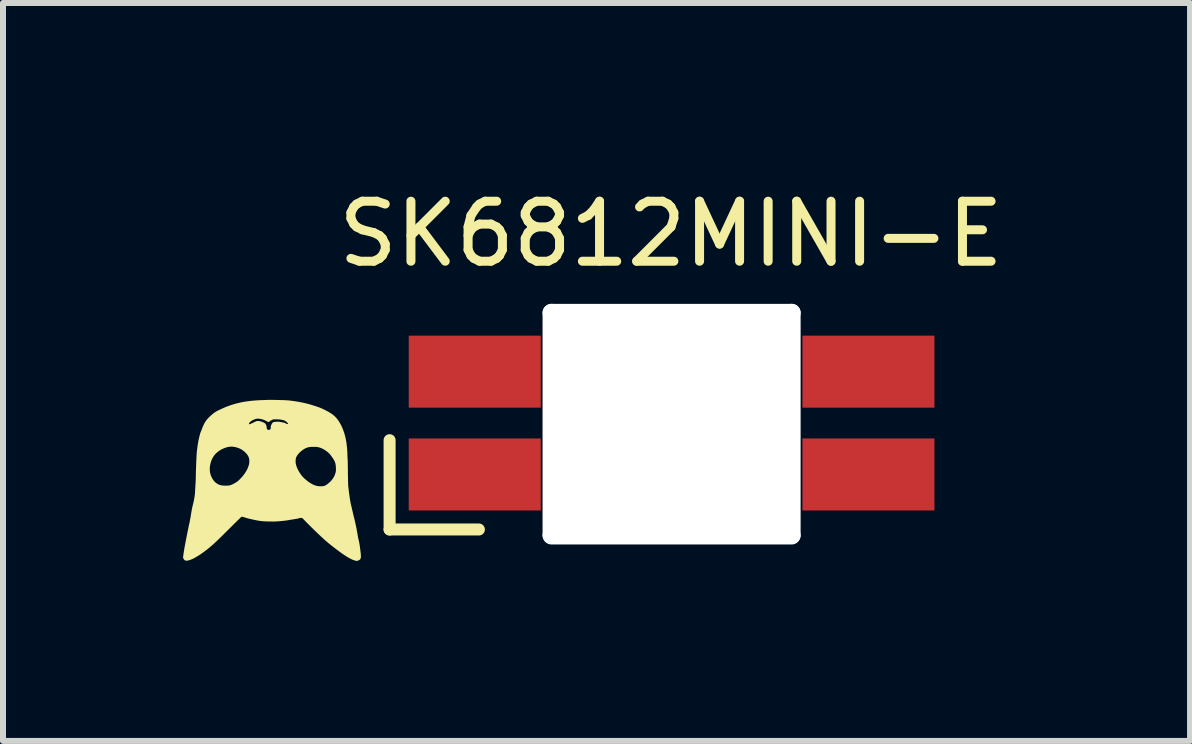
<source format=kicad_pcb>
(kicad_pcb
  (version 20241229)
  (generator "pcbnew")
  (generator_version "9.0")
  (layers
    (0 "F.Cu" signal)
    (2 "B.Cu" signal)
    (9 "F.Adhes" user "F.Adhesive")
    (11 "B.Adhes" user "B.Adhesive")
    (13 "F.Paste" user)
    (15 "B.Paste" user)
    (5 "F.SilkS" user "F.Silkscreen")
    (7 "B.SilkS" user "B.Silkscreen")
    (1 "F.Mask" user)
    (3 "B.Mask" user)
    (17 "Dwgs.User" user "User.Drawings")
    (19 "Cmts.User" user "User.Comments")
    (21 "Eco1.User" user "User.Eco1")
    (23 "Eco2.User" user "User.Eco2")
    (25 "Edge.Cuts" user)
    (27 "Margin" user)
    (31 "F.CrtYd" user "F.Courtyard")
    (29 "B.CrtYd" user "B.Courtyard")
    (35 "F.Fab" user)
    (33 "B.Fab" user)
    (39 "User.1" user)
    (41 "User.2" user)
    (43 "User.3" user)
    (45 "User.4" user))
  (footprint "SK6812MINI-E"
    (layer "F.Cu")
    (at 8.141 4.013)
    (property "Reference" "SK6812MINI-E" (at -0.01 -3.165 0) (layer "F.SilkS") (effects (font (size 1 1) (thickness 0.15))))
    (attr smd)
    (fp_line (start -4.699 0.272) (end -4.699 1.76) (stroke (width 0.2) (type solid)) (layer "F.SilkS"))
    (fp_line (start -4.699 1.76) (end -3.211 1.76) (stroke (width 0.2) (type solid)) (layer "F.SilkS"))
    (fp_poly (pts (xy -5.246 2.283) (xy -5.248 2.283) (xy -5.25 2.283) (xy -5.253 2.282) (xy -5.255 2.282) (xy -5.264 2.281) (xy -5.273 2.279) (xy -5.283 2.276) (xy -5.293 2.272) (xy -5.304 2.268) (xy -5.316 2.264) (xy -5.327 2.259) (xy -5.34 2.253) (xy -5.353 2.246) (xy -5.366 2.239) (xy -5.38 2.232) (xy -5.394 2.223) (xy -5.409 2.215) (xy -5.424 2.205) (xy -5.439 2.195) (xy -5.455 2.185) (xy -5.49 2.161) (xy -5.529 2.133) (xy -5.571 2.102) (xy -5.614 2.069) (xy -5.657 2.036) (xy -5.698 2.003) (xy -5.736 1.972) (xy -5.768 1.944) (xy -5.803 1.913) (xy -5.848 1.871) (xy -5.953 1.771) (xy -6.056 1.669) (xy -6.099 1.626) (xy -6.131 1.592) (xy -6.136 1.587) (xy -6.141 1.582) (xy -6.143 1.58) (xy -6.145 1.578) (xy -6.147 1.577) (xy -6.149 1.575) (xy -6.151 1.573) (xy -6.153 1.572) (xy -6.155 1.571) (xy -6.158 1.57) (xy -6.16 1.569) (xy -6.162 1.568) (xy -6.164 1.567) (xy -6.166 1.567) (xy -6.168 1.566) (xy -6.171 1.566) (xy -6.173 1.566) (xy -6.175 1.566) (xy -6.178 1.566) (xy -6.181 1.566) (xy -6.183 1.567) (xy -6.186 1.567) (xy -6.189 1.568) (xy -6.193 1.568) (xy -6.2 1.57) (xy -6.207 1.572) (xy -6.216 1.575) (xy -6.221 1.576) (xy -6.229 1.578) (xy -6.238 1.58) (xy -6.248 1.582) (xy -6.26 1.584) (xy -6.272 1.586) (xy -6.285 1.588) (xy -6.297 1.59) (xy -6.348 1.598) (xy -6.385 1.605) (xy -6.4 1.607) (xy -6.417 1.61) (xy -6.438 1.612) (xy -6.46 1.615) (xy -6.509 1.62) (xy -6.56 1.624) (xy -6.586 1.626) (xy -6.621 1.627) (xy -6.66 1.627) (xy -6.702 1.626) (xy -6.744 1.626) (xy -6.782 1.624) (xy -6.815 1.622) (xy -6.838 1.62) (xy -6.865 1.616) (xy -6.898 1.611) (xy -6.933 1.604) (xy -6.97 1.596) (xy -7.007 1.588) (xy -7.041 1.58) (xy -7.072 1.572) (xy -7.096 1.565) (xy -7.115 1.559) (xy -7.129 1.554) (xy -7.141 1.551) (xy -7.149 1.549) (xy -7.152 1.548) (xy -7.155 1.548) (xy -7.158 1.548) (xy -7.16 1.548) (xy -7.162 1.548) (xy -7.164 1.548) (xy -7.168 1.55) (xy -7.17 1.551) (xy -7.173 1.554) (xy -7.186 1.565) (xy -7.204 1.583) (xy -7.228 1.606) (xy -7.288 1.665) (xy -7.359 1.736) (xy -7.44 1.816) (xy -7.508 1.884) (xy -7.566 1.94) (xy -7.616 1.987) (xy -7.661 2.027) (xy -7.702 2.062) (xy -7.741 2.094) (xy -7.782 2.125) (xy -7.806 2.142) (xy -7.829 2.159) (xy -7.852 2.175) (xy -7.875 2.19) (xy -7.897 2.203) (xy -7.918 2.216) (xy -7.939 2.228) (xy -7.958 2.239) (xy -7.977 2.248) (xy -7.996 2.256) (xy -8.013 2.264) (xy -8.029 2.269) (xy -8.044 2.274) (xy -8.058 2.277) (xy -8.07 2.279) (xy -8.082 2.28) (xy -8.086 2.28) (xy -8.09 2.28) (xy -8.094 2.279) (xy -8.098 2.278) (xy -8.102 2.277) (xy -8.105 2.276) (xy -8.109 2.274) (xy -8.112 2.272) (xy -8.115 2.27) (xy -8.118 2.268) (xy -8.121 2.265) (xy -8.123 2.262) (xy -8.126 2.259) (xy -8.128 2.255) (xy -8.131 2.251) (xy -8.133 2.247) (xy -8.141 2.23) (xy -8.134 2.173) (xy -8.13 2.147) (xy -8.126 2.118) (xy -8.121 2.089) (xy -8.117 2.065) (xy -8.101 1.978) (xy -8.077 1.857) (xy -8.054 1.742) (xy -8.04 1.675) (xy -8.036 1.66) (xy -8.032 1.641) (xy -8.023 1.592) (xy -8.013 1.54) (xy -8.006 1.493) (xy -7.999 1.453) (xy -7.993 1.421) (xy -7.991 1.407) (xy -7.988 1.395) (xy -7.985 1.383) (xy -7.983 1.372) (xy -7.975 1.342) (xy -7.968 1.312) (xy -7.961 1.282) (xy -7.956 1.253) (xy -7.951 1.225) (xy -7.947 1.199) (xy -7.944 1.175) (xy -7.942 1.155) (xy -7.936 1.049) (xy -7.931 0.971) (xy -7.929 0.916) (xy -7.928 0.876) (xy -7.928 0.85) (xy -7.927 0.817) (xy -7.926 0.782) (xy -7.925 0.747) (xy -7.918 0.574) (xy -7.916 0.538) (xy -7.914 0.503) (xy -7.912 0.47) (xy -7.908 0.438) (xy -7.904 0.406) (xy -7.9 0.373) (xy -7.894 0.337) (xy -7.888 0.299) (xy -7.883 0.275) (xy -7.878 0.25) (xy -7.872 0.226) (xy -7.866 0.202) (xy -7.861 0.18) (xy -7.856 0.162) (xy -7.851 0.148) (xy -7.849 0.143) (xy -7.847 0.139) (xy -7.846 0.137) (xy -7.845 0.134) (xy -7.843 0.13) (xy -7.841 0.125) (xy -7.837 0.113) (xy -7.832 0.099) (xy -7.824 0.079) (xy -7.817 0.061) (xy -7.81 0.043) (xy -7.802 0.027) (xy -7.795 0.011) (xy -7.788 -0.004) (xy -7.78 -0.018) (xy -7.772 -0.031) (xy -7.764 -0.043) (xy -7.755 -0.056) (xy -7.746 -0.068) (xy -7.737 -0.079) (xy -7.726 -0.091) (xy -7.716 -0.102) (xy -7.704 -0.114) (xy -7.692 -0.125) (xy -7.671 -0.144) (xy -7.661 -0.153) (xy -7.652 -0.161) (xy -7.644 -0.168) (xy -7.635 -0.174) (xy -7.627 -0.181) (xy -7.619 -0.186) (xy -7.611 -0.192) (xy -7.602 -0.197) (xy -7.594 -0.203) (xy -7.585 -0.208) (xy -7.575 -0.213) (xy -7.565 -0.219) (xy -7.542 -0.23) (xy -7.499 -0.25) (xy -7.457 -0.269) (xy -7.415 -0.287) (xy -7.373 -0.302) (xy -7.33 -0.317) (xy -7.288 -0.33) (xy -7.244 -0.342) (xy -7.2 -0.352) (xy -7.155 -0.362) (xy -7.108 -0.37) (xy -7.06 -0.377) (xy -7.011 -0.383) (xy -6.959 -0.388) (xy -6.906 -0.392) (xy -6.85 -0.395) (xy -6.792 -0.397) (xy -6.705 -0.4) (xy -6.675 -0.4) (xy -6.66 -0.4) (xy -6.617 -0.399) (xy -6.533 -0.397) (xy -6.489 -0.396) (xy -6.451 -0.395) (xy -6.418 -0.393) (xy -6.388 -0.391) (xy -6.358 -0.388) (xy -6.328 -0.384) (xy -6.296 -0.38) (xy -6.258 -0.374) (xy -6.209 -0.366) (xy -6.162 -0.357) (xy -6.117 -0.347) (xy -6.073 -0.337) (xy -6.029 -0.325) (xy -5.983 -0.311) (xy -5.936 -0.296) (xy -5.886 -0.279) (xy -5.861 -0.27) (xy -5.833 -0.258) (xy -5.804 -0.245) (xy -5.774 -0.23) (xy -5.745 -0.215) (xy -5.716 -0.199) (xy -5.689 -0.183) (xy -5.664 -0.167) (xy -5.645 -0.153) (xy -5.626 -0.138) (xy -5.608 -0.121) (xy -5.591 -0.103) (xy -5.574 -0.083) (xy -5.558 -0.062) (xy -5.542 -0.039) (xy -5.528 -0.015) (xy -5.521 -0.002) (xy -6.392 -0.002) (xy -6.392 -0.004) (xy -6.393 -0.006) (xy -6.394 -0.008) (xy -6.395 -0.01) (xy -6.396 -0.012) (xy -6.398 -0.014) (xy -6.4 -0.017) (xy -6.402 -0.019) (xy -6.404 -0.021) (xy -6.409 -0.026) (xy -6.415 -0.031) (xy -6.42 -0.036) (xy -6.426 -0.041) (xy -6.432 -0.045) (xy -6.436 -0.047) (xy -6.438 -0.049) (xy -6.441 -0.051) (xy -6.444 -0.052) (xy -6.452 -0.056) (xy -6.46 -0.059) (xy -6.469 -0.062) (xy -6.479 -0.064) (xy -6.489 -0.066) (xy -6.499 -0.068) (xy -6.51 -0.07) (xy -6.521 -0.072) (xy -6.543 -0.074) (xy -6.564 -0.075) (xy -6.583 -0.076) (xy -6.6 -0.076) (xy -6.611 -0.076) (xy -6.62 -0.076) (xy -6.624 -0.076) (xy -6.627 -0.076) (xy -6.63 -0.075) (xy -6.633 -0.075) (xy -6.636 -0.074) (xy -6.639 -0.073) (xy -6.642 -0.073) (xy -6.645 -0.072) (xy -6.648 -0.07) (xy -6.651 -0.069) (xy -6.658 -0.066) (xy -6.662 -0.064) (xy -6.667 -0.061) (xy -6.673 -0.058) (xy -6.678 -0.055) (xy -6.683 -0.052) (xy -6.688 -0.049) (xy -6.692 -0.046) (xy -6.696 -0.043) (xy -6.698 -0.042) (xy -6.699 -0.04) (xy -6.701 -0.039) (xy -6.703 -0.038) (xy -6.705 -0.037) (xy -6.706 -0.036) (xy -6.708 -0.035) (xy -6.71 -0.034) (xy -6.711 -0.033) (xy -6.713 -0.033) (xy -6.714 -0.032) (xy -6.716 -0.032) (xy -6.717 -0.031) (xy -6.718 -0.031) (xy -6.719 -0.031) (xy -6.72 -0.031) (xy -6.721 -0.031) (xy -6.722 -0.031) (xy -6.723 -0.031) (xy -6.725 -0.032) (xy -6.727 -0.032) (xy -6.728 -0.033) (xy -6.73 -0.034) (xy -6.732 -0.035) (xy -6.734 -0.036) (xy -6.737 -0.037) (xy -6.739 -0.038) (xy -6.741 -0.04) (xy -6.743 -0.041) (xy -6.746 -0.042) (xy -6.748 -0.044) (xy -6.75 -0.045) (xy -6.757 -0.049) (xy -6.764 -0.053) (xy -6.772 -0.057) (xy -6.78 -0.061) (xy -6.789 -0.064) (xy -6.798 -0.068) (xy -6.807 -0.071) (xy -6.817 -0.074) (xy -6.826 -0.077) (xy -6.836 -0.079) (xy -6.845 -0.081) (xy -6.854 -0.083) (xy -6.863 -0.084) (xy -6.872 -0.086) (xy -6.88 -0.086) (xy -6.888 -0.087) (xy -6.897 -0.087) (xy -6.901 -0.087) (xy -6.905 -0.086) (xy -6.909 -0.086) (xy -6.912 -0.086) (xy -6.915 -0.085) (xy -6.918 -0.085) (xy -6.921 -0.084) (xy -6.925 -0.084) (xy -6.928 -0.083) (xy -6.931 -0.082) (xy -6.935 -0.081) (xy -6.938 -0.079) (xy -6.947 -0.076) (xy -6.958 -0.071) (xy -6.968 -0.067) (xy -6.977 -0.063) (xy -6.985 -0.059) (xy -6.993 -0.055) (xy -6.999 -0.051) (xy -7.005 -0.047) (xy -7.01 -0.043) (xy -7.015 -0.039) (xy -7.019 -0.035) (xy -7.023 -0.032) (xy -7.027 -0.028) (xy -7.03 -0.024) (xy -7.033 -0.021) (xy -7.039 -0.013) (xy -7.04 -0.012) (xy -7.04 -0.012) (xy -7.04 -0.011) (xy -7.041 -0.01) (xy -7.041 -0.009) (xy -7.042 -0.007) (xy -7.042 -0.006) (xy -7.042 -0.004) (xy -7.042 -0.002) (xy -7.042 -0.000284) (xy -7.042 0.001) (xy -7.041 0.003) (xy -7.041 0.004) (xy -7.04 0.005) (xy -7.04 0.006) (xy -7.04 0.006) (xy -7.039 0.007) (xy -7.039 0.007) (xy -7.038 0.007) (xy -7.038 0.008) (xy -7.037 0.008) (xy -7.037 0.008) (xy -7.036 0.008) (xy -7.036 0.008) (xy -7.034 0.007) (xy -7.029 0.005) (xy -7.022 0.002) (xy -7.012 -0.001) (xy -7.002 -0.006) (xy -6.991 -0.011) (xy -6.979 -0.016) (xy -6.968 -0.022) (xy -6.952 -0.03) (xy -6.939 -0.036) (xy -6.928 -0.041) (xy -6.924 -0.043) (xy -6.92 -0.044) (xy -6.916 -0.045) (xy -6.913 -0.046) (xy -6.91 -0.047) (xy -6.907 -0.048) (xy -6.903 -0.048) (xy -6.9 -0.048) (xy -6.892 -0.048) (xy -6.885 -0.048) (xy -6.878 -0.047) (xy -6.87 -0.046) (xy -6.861 -0.044) (xy -6.852 -0.042) (xy -6.844 -0.04) (xy -6.835 -0.037) (xy -6.826 -0.034) (xy -6.817 -0.031) (xy -6.809 -0.027) (xy -6.801 -0.024) (xy -6.794 -0.02) (xy -6.787 -0.016) (xy -6.781 -0.013) (xy -6.776 -0.009) (xy -6.772 -0.005) (xy -6.77 -0.002) (xy -6.767 0.001) (xy -6.765 0.005) (xy -6.762 0.009) (xy -6.76 0.013) (xy -6.758 0.017) (xy -6.756 0.021) (xy -6.754 0.026) (xy -6.753 0.031) (xy -6.751 0.035) (xy -6.75 0.04) (xy -6.749 0.045) (xy -6.748 0.049) (xy -6.747 0.054) (xy -6.747 0.058) (xy -6.747 0.062) (xy -6.747 0.067) (xy -6.746 0.072) (xy -6.746 0.076) (xy -6.745 0.078) (xy -6.745 0.08) (xy -6.744 0.081) (xy -6.744 0.083) (xy -6.743 0.085) (xy -6.742 0.086) (xy -6.742 0.087) (xy -6.741 0.089) (xy -6.74 0.09) (xy -6.739 0.091) (xy -6.738 0.092) (xy -6.737 0.093) (xy -6.735 0.094) (xy -6.734 0.095) (xy -6.733 0.096) (xy -6.731 0.097) (xy -6.73 0.097) (xy -6.728 0.098) (xy -6.727 0.098) (xy -6.725 0.099) (xy -6.723 0.099) (xy -6.721 0.099) (xy -6.717 0.1) (xy -6.713 0.1) (xy -6.711 0.1) (xy -6.709 0.1) (xy -6.707 0.1) (xy -6.705 0.1) (xy -6.703 0.099) (xy -6.701 0.099) (xy -6.7 0.099) (xy -6.698 0.098) (xy -6.697 0.098) (xy -6.696 0.097) (xy -6.694 0.096) (xy -6.693 0.096) (xy -6.692 0.095) (xy -6.691 0.094) (xy -6.689 0.093) (xy -6.688 0.091) (xy -6.687 0.09) (xy -6.686 0.089) (xy -6.685 0.088) (xy -6.685 0.087) (xy -6.684 0.087) (xy -6.684 0.086) (xy -6.683 0.085) (xy -6.683 0.085) (xy -6.683 0.084) (xy -6.682 0.083) (xy -6.682 0.082) (xy -6.682 0.082) (xy -6.681 0.081) (xy -6.681 0.08) (xy -6.681 0.079) (xy -6.681 0.078) (xy -6.681 0.077) (xy -6.68 0.076) (xy -6.68 0.074) (xy -6.68 0.072) (xy -6.68 0.069) (xy -6.68 0.066) (xy -6.68 0.063) (xy -6.68 0.059) (xy -6.679 0.054) (xy -6.679 0.049) (xy -6.679 0.045) (xy -6.678 0.04) (xy -6.677 0.036) (xy -6.677 0.034) (xy -6.676 0.032) (xy -6.676 0.03) (xy -6.676 0.029) (xy -6.675 0.027) (xy -6.674 0.026) (xy -6.671 0.019) (xy -6.668 0.012) (xy -6.664 0.004) (xy -6.662 -0.000082) (xy -6.66 -0.004) (xy -6.657 -0.008) (xy -6.655 -0.011) (xy -6.652 -0.015) (xy -6.649 -0.018) (xy -6.648 -0.02) (xy -6.646 -0.021) (xy -6.645 -0.022) (xy -6.643 -0.024) (xy -6.641 -0.025) (xy -6.639 -0.026) (xy -6.637 -0.027) (xy -6.635 -0.028) (xy -6.632 -0.029) (xy -6.628 -0.03) (xy -6.623 -0.031) (xy -6.618 -0.032) (xy -6.607 -0.033) (xy -6.595 -0.035) (xy -6.584 -0.035) (xy -6.573 -0.036) (xy -6.563 -0.036) (xy -6.555 -0.036) (xy -6.553 -0.036) (xy -6.549 -0.036) (xy -6.54 -0.035) (xy -6.528 -0.033) (xy -6.515 -0.03) (xy -6.49 -0.026) (xy -6.473 -0.022) (xy -6.463 -0.02) (xy -6.455 -0.018) (xy -6.448 -0.016) (xy -6.442 -0.014) (xy -6.437 -0.012) (xy -6.433 -0.01) (xy -6.43 -0.008) (xy -6.428 -0.007) (xy -6.423 -0.004) (xy -6.421 -0.002) (xy -6.419 -0.001) (xy -6.417 -0.000053) (xy -6.414 0.001) (xy -6.411 0.002) (xy -6.406 0.003) (xy -6.403 0.003) (xy -6.4 0.003) (xy -6.398 0.003) (xy -6.396 0.003) (xy -6.395 0.003) (xy -6.394 0.002) (xy -6.394 0.002) (xy -6.393 0.002) (xy -6.393 0.001) (xy -6.392 0.000441) (xy -6.392 -0.000174) (xy -6.392 -0.001) (xy -6.392 -0.002) (xy -5.521 -0.002) (xy -5.513 0.011) (xy -5.5 0.038) (xy -5.487 0.066) (xy -5.475 0.095) (xy -5.464 0.126) (xy -5.453 0.158) (xy -5.444 0.191) (xy -5.435 0.225) (xy -5.429 0.253) (xy -5.423 0.286) (xy -5.417 0.323) (xy -5.413 0.362) (xy -5.408 0.401) (xy -5.405 0.44) (xy -5.403 0.475) (xy -5.402 0.506) (xy -5.402 0.513) (xy -5.402 0.521) (xy -5.401 0.539) (xy -5.4 0.559) (xy -5.399 0.577) (xy -5.398 0.589) (xy -5.397 0.608) (xy -5.396 0.662) (xy -5.395 0.731) (xy -5.394 0.765) (xy -5.593 0.765) (xy -5.593 0.759) (xy -5.593 0.747) (xy -5.594 0.732) (xy -5.595 0.719) (xy -5.595 0.707) (xy -5.596 0.695) (xy -5.598 0.685) (xy -5.599 0.675) (xy -5.601 0.665) (xy -5.604 0.655) (xy -5.606 0.646) (xy -5.61 0.637) (xy -5.613 0.628) (xy -5.617 0.619) (xy -5.622 0.61) (xy -5.627 0.6) (xy -5.633 0.59) (xy -5.64 0.58) (xy -5.647 0.569) (xy -5.662 0.548) (xy -5.668 0.538) (xy -5.675 0.53) (xy -5.681 0.521) (xy -5.687 0.514) (xy -5.693 0.507) (xy -5.699 0.5) (xy -5.706 0.493) (xy -5.712 0.487) (xy -5.719 0.481) (xy -5.725 0.475) (xy -5.733 0.469) (xy -5.74 0.463) (xy -5.757 0.451) (xy -5.767 0.444) (xy -5.777 0.437) (xy -5.786 0.431) (xy -5.796 0.426) (xy -5.805 0.42) (xy -5.814 0.416) (xy -5.823 0.411) (xy -5.832 0.407) (xy -5.841 0.403) (xy -5.85 0.4) (xy -5.859 0.397) (xy -5.868 0.394) (xy -5.877 0.391) (xy -5.887 0.389) (xy -5.896 0.387) (xy -5.905 0.386) (xy -5.911 0.385) (xy -5.919 0.384) (xy -5.935 0.383) (xy -5.953 0.383) (xy -5.973 0.383) (xy -5.992 0.383) (xy -6.01 0.384) (xy -6.027 0.386) (xy -6.034 0.387) (xy -6.04 0.387) (xy -6.047 0.389) (xy -6.054 0.39) (xy -6.06 0.392) (xy -6.067 0.394) (xy -6.073 0.396) (xy -6.08 0.398) (xy -6.086 0.4) (xy -6.092 0.403) (xy -6.098 0.405) (xy -6.104 0.408) (xy -6.11 0.411) (xy -6.116 0.415) (xy -6.122 0.419) (xy -6.129 0.422) (xy -6.135 0.427) (xy -6.141 0.431) (xy -6.152 0.439) (xy -6.163 0.447) (xy -6.173 0.455) (xy -6.182 0.463) (xy -6.191 0.471) (xy -6.2 0.479) (xy -6.208 0.488) (xy -6.215 0.496) (xy -6.222 0.504) (xy -6.229 0.513) (xy -6.235 0.521) (xy -6.241 0.529) (xy -6.245 0.538) (xy -6.25 0.546) (xy -6.254 0.554) (xy -6.257 0.562) (xy -6.258 0.566) (xy -6.259 0.569) (xy -6.26 0.572) (xy -6.261 0.575) (xy -6.261 0.578) (xy -6.262 0.582) (xy -6.263 0.585) (xy -6.263 0.588) (xy -6.264 0.592) (xy -6.264 0.595) (xy -6.264 0.599) (xy -6.264 0.604) (xy -6.265 0.608) (xy -6.265 0.613) (xy -6.265 0.624) (xy -6.265 0.624) (xy -7.036 0.624) (xy -7.036 0.613) (xy -7.037 0.602) (xy -7.038 0.591) (xy -7.04 0.581) (xy -7.042 0.571) (xy -7.045 0.561) (xy -7.049 0.552) (xy -7.053 0.543) (xy -7.057 0.534) (xy -7.063 0.525) (xy -7.069 0.516) (xy -7.076 0.507) (xy -7.083 0.498) (xy -7.092 0.489) (xy -7.101 0.479) (xy -7.11 0.47) (xy -7.119 0.462) (xy -7.129 0.454) (xy -7.138 0.447) (xy -7.148 0.44) (xy -7.157 0.433) (xy -7.167 0.427) (xy -7.177 0.421) (xy -7.188 0.416) (xy -7.198 0.411) (xy -7.209 0.406) (xy -7.221 0.402) (xy -7.232 0.398) (xy -7.244 0.394) (xy -7.257 0.391) (xy -7.27 0.387) (xy -7.278 0.386) (xy -7.286 0.384) (xy -7.294 0.383) (xy -7.302 0.382) (xy -7.31 0.381) (xy -7.317 0.38) (xy -7.325 0.38) (xy -7.333 0.379) (xy -7.34 0.379) (xy -7.348 0.38) (xy -7.355 0.38) (xy -7.362 0.381) (xy -7.37 0.382) (xy -7.377 0.383) (xy -7.385 0.384) (xy -7.392 0.386) (xy -7.411 0.39) (xy -7.429 0.395) (xy -7.447 0.402) (xy -7.465 0.409) (xy -7.482 0.417) (xy -7.499 0.425) (xy -7.515 0.434) (xy -7.531 0.444) (xy -7.547 0.455) (xy -7.561 0.466) (xy -7.575 0.477) (xy -7.589 0.489) (xy -7.601 0.502) (xy -7.613 0.515) (xy -7.623 0.528) (xy -7.633 0.542) (xy -7.642 0.557) (xy -7.651 0.573) (xy -7.659 0.589) (xy -7.666 0.606) (xy -7.673 0.623) (xy -7.678 0.64) (xy -7.683 0.658) (xy -7.687 0.676) (xy -7.691 0.694) (xy -7.693 0.713) (xy -7.695 0.731) (xy -7.695 0.749) (xy -7.695 0.767) (xy -7.694 0.784) (xy -7.692 0.801) (xy -7.689 0.818) (xy -7.686 0.83) (xy -7.683 0.842) (xy -7.679 0.854) (xy -7.675 0.866) (xy -7.67 0.878) (xy -7.664 0.889) (xy -7.659 0.901) (xy -7.653 0.912) (xy -7.646 0.922) (xy -7.64 0.932) (xy -7.633 0.942) (xy -7.625 0.951) (xy -7.618 0.96) (xy -7.61 0.968) (xy -7.603 0.975) (xy -7.595 0.981) (xy -7.586 0.988) (xy -7.577 0.994) (xy -7.568 0.999) (xy -7.56 1.004) (xy -7.551 1.009) (xy -7.542 1.013) (xy -7.533 1.016) (xy -7.523 1.019) (xy -7.513 1.022) (xy -7.503 1.024) (xy -7.493 1.026) (xy -7.482 1.027) (xy -7.47 1.028) (xy -7.458 1.029) (xy -7.445 1.029) (xy -7.431 1.03) (xy -7.409 1.029) (xy -7.399 1.029) (xy -7.39 1.028) (xy -7.381 1.028) (xy -7.373 1.026) (xy -7.365 1.025) (xy -7.358 1.023) (xy -7.35 1.021) (xy -7.342 1.018) (xy -7.334 1.015) (xy -7.325 1.011) (xy -7.316 1.007) (xy -7.306 1.002) (xy -7.283 0.99) (xy -7.27 0.982) (xy -7.259 0.976) (xy -7.254 0.973) (xy -7.249 0.97) (xy -7.245 0.967) (xy -7.24 0.964) (xy -7.236 0.961) (xy -7.232 0.957) (xy -7.227 0.953) (xy -7.223 0.95) (xy -7.213 0.941) (xy -7.201 0.93) (xy -7.184 0.912) (xy -7.167 0.894) (xy -7.151 0.876) (xy -7.136 0.857) (xy -7.121 0.838) (xy -7.108 0.819) (xy -7.096 0.8) (xy -7.085 0.781) (xy -7.074 0.762) (xy -7.065 0.743) (xy -7.058 0.724) (xy -7.051 0.706) (xy -7.045 0.688) (xy -7.041 0.67) (xy -7.038 0.653) (xy -7.037 0.636) (xy -7.036 0.624) (xy -6.265 0.624) (xy -6.265 0.636) (xy -6.264 0.646) (xy -6.264 0.65) (xy -6.264 0.654) (xy -6.263 0.658) (xy -6.263 0.662) (xy -6.262 0.666) (xy -6.261 0.67) (xy -6.26 0.674) (xy -6.259 0.678) (xy -6.257 0.687) (xy -6.253 0.698) (xy -6.247 0.715) (xy -6.241 0.731) (xy -6.235 0.746) (xy -6.228 0.76) (xy -6.221 0.774) (xy -6.214 0.788) (xy -6.205 0.802) (xy -6.196 0.816) (xy -6.184 0.834) (xy -6.173 0.85) (xy -6.167 0.858) (xy -6.161 0.865) (xy -6.155 0.872) (xy -6.15 0.878) (xy -6.144 0.885) (xy -6.138 0.891) (xy -6.132 0.898) (xy -6.126 0.904) (xy -6.119 0.91) (xy -6.112 0.916) (xy -6.097 0.929) (xy -6.08 0.943) (xy -6.063 0.957) (xy -6.046 0.969) (xy -6.03 0.98) (xy -6.014 0.99) (xy -5.998 0.999) (xy -5.983 1.007) (xy -5.968 1.015) (xy -5.953 1.021) (xy -5.938 1.026) (xy -5.923 1.031) (xy -5.907 1.034) (xy -5.892 1.037) (xy -5.877 1.039) (xy -5.861 1.04) (xy -5.845 1.04) (xy -5.836 1.04) (xy -5.827 1.04) (xy -5.819 1.039) (xy -5.812 1.039) (xy -5.805 1.038) (xy -5.798 1.036) (xy -5.792 1.035) (xy -5.786 1.033) (xy -5.78 1.031) (xy -5.774 1.028) (xy -5.768 1.025) (xy -5.762 1.022) (xy -5.755 1.018) (xy -5.748 1.013) (xy -5.741 1.008) (xy -5.733 1.002) (xy -5.72 0.992) (xy -5.708 0.982) (xy -5.697 0.972) (xy -5.685 0.961) (xy -5.675 0.95) (xy -5.665 0.939) (xy -5.656 0.927) (xy -5.647 0.916) (xy -5.639 0.904) (xy -5.632 0.891) (xy -5.625 0.879) (xy -5.618 0.866) (xy -5.613 0.853) (xy -5.608 0.839) (xy -5.603 0.825) (xy -5.599 0.812) (xy -5.597 0.803) (xy -5.596 0.799) (xy -5.596 0.795) (xy -5.595 0.791) (xy -5.594 0.787) (xy -5.594 0.783) (xy -5.594 0.779) (xy -5.593 0.774) (xy -5.593 0.77) (xy -5.593 0.765) (xy -5.394 0.765) (xy -5.394 0.808) (xy -5.393 0.884) (xy -5.391 0.952) (xy -5.39 1.003) (xy -5.389 1.031) (xy -5.384 1.073) (xy -5.379 1.117) (xy -5.373 1.163) (xy -5.366 1.21) (xy -5.36 1.254) (xy -5.353 1.295) (xy -5.346 1.332) (xy -5.339 1.361) (xy -5.314 1.467) (xy -5.299 1.532) (xy -5.282 1.598) (xy -5.276 1.626) (xy -5.269 1.656) (xy -5.262 1.688) (xy -5.255 1.722) (xy -5.248 1.757) (xy -5.242 1.793) (xy -5.235 1.829) (xy -5.229 1.866) (xy -5.228 1.871) (xy -5.227 1.879) (xy -5.224 1.896) (xy -5.22 1.914) (xy -5.215 1.933) (xy -5.211 1.952) (xy -5.207 1.971) (xy -5.203 1.99) (xy -5.2 2.009) (xy -5.196 2.03) (xy -5.193 2.053) (xy -5.19 2.079) (xy -5.186 2.109) (xy -5.181 2.152) (xy -5.179 2.17) (xy -5.178 2.186) (xy -5.177 2.201) (xy -5.177 2.213) (xy -5.178 2.224) (xy -5.179 2.233) (xy -5.182 2.241) (xy -5.185 2.248) (xy -5.188 2.255) (xy -5.193 2.26) (xy -5.198 2.265) (xy -5.205 2.269) (xy -5.212 2.273) (xy -5.221 2.277) (xy -5.223 2.278) (xy -5.225 2.279) (xy -5.228 2.28) (xy -5.23 2.28) (xy -5.232 2.281) (xy -5.234 2.282) (xy -5.236 2.282) (xy -5.238 2.282) (xy -5.24 2.283) (xy -5.242 2.283) (xy -5.244 2.283)) (stroke (width 0) (type solid)) (fill yes) (layer "F.SilkS"))
    (fp_rect (start -1.8 -1.8) (end 1.8 1.8) (stroke (width 0.12) (type solid)) (fill no) (layer "Eco1.User"))
    (pad "" np_thru_hole oval (at -2 0) (size 0.3 4) (drill oval 0.3 4) (layers "*.Cu" "*.Mask"))
    (pad "" np_thru_hole oval (at -1.47 0) (size 1 3.8) (drill oval 1 3.8) (layers "*.Cu" "*.Mask"))
    (pad "" np_thru_hole oval (at -1 0.05) (size 1 3.8) (drill oval 1 3.8) (layers "*.Cu" "*.Mask"))
    (pad "" np_thru_hole oval (at -0.43 0.01) (size 1 3.8) (drill oval 1 3.8) (layers "*.Cu" "*.Mask"))
    (pad "" np_thru_hole oval (at 0 -1.85 90) (size 0.3 4.3) (drill oval 0.3 4.3) (layers "*.Cu" "*.Mask"))
    (pad "" np_thru_hole oval (at 0 1.86 90) (size 0.3 4.3) (drill oval 0.3 4.3) (layers "*.Cu" "*.Mask"))
    (pad "" np_thru_hole oval (at 0.3 0.02) (size 1 3.8) (drill oval 1 3.8) (layers "*.Cu" "*.Mask"))
    (pad "" np_thru_hole oval (at 0.93 0.02) (size 1 3.8) (drill oval 1 3.8) (layers "*.Cu" "*.Mask"))
    (pad "" np_thru_hole oval (at 1.5 -0.02) (size 1 3.8) (drill oval 1 3.8) (layers "*.Cu" "*.Mask"))
    (pad "" np_thru_hole oval (at 2 0) (size 0.3 4) (drill oval 0.3 4) (layers "*.Cu" "*.Mask"))
    (pad "1" smd rect (at 3.28 -0.87) (size 2.2 1.2) (layers "F.Cu" "F.Mask" "F.Paste"))
    (pad "2" smd rect (at 3.28 0.843) (size 2.2 1.2) (layers "F.Cu" "F.Mask" "F.Paste"))
    (pad "3" smd rect (at -3.28 0.843) (size 2.2 1.2) (layers "F.Cu" "F.Mask" "F.Paste"))
    (pad "4" smd rect (at -3.28 -0.87) (size 2.2 1.2) (layers "F.Cu" "F.Mask" "F.Paste")))
  (gr_rect
    (start -3 -3)
    (end 16.78 9.296)
    (stroke (width 0.1) (type default))
    (fill no)
    (layer "Edge.Cuts")))
</source>
